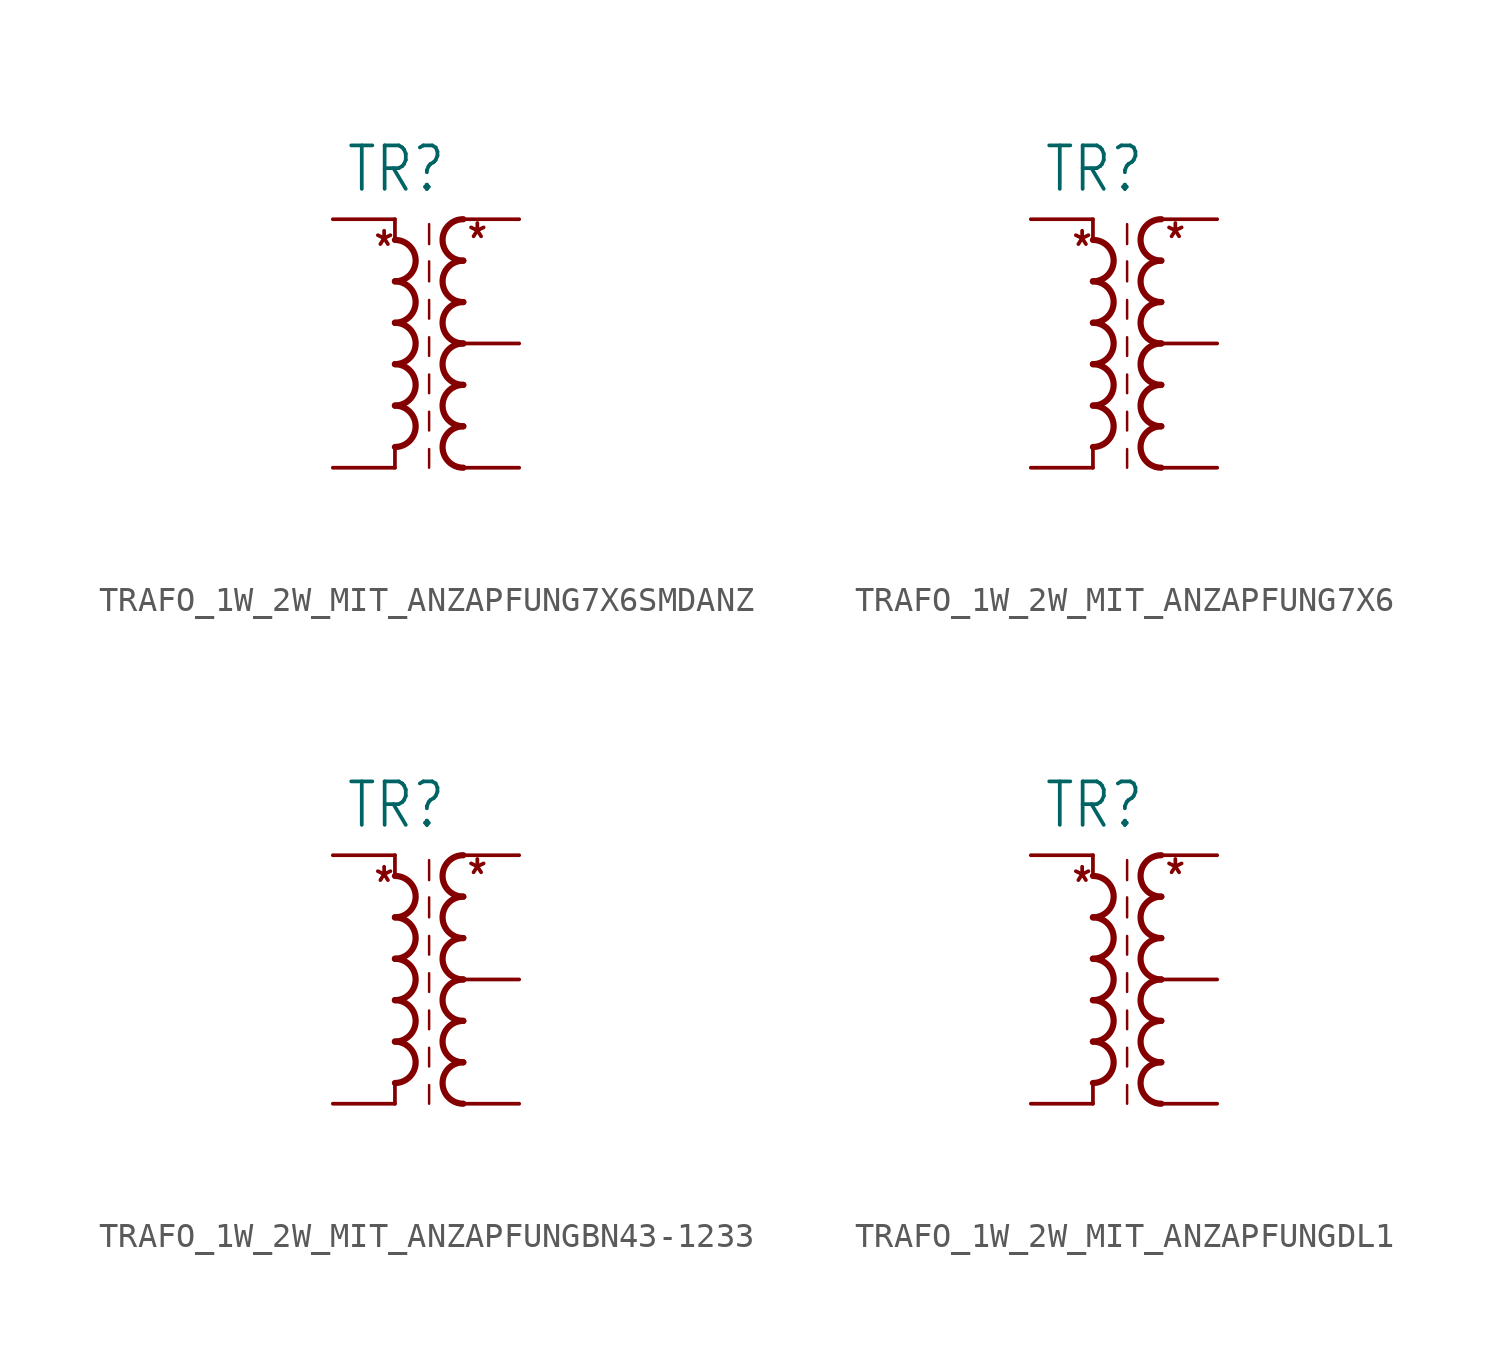
<source format=kicad_sym>
(kicad_symbol_lib
  (version 20231120)
  (generator "kicad_symbol_editor")
  (generator_version "8.0")
  (symbol "TRAFO_1W_2W_MIT_ANZAPFUNG7X6SMDANZ"
    (property "Reference" "TR"
      (at -4.572 6.096 0)
      (effects (font (size 1.778 1.511)) (justify left bottom)))
    (property "Value" ""
      (at -4.572 -7.874 0)
      (effects (font (size 1.778 1.511)) (justify left bottom)))
    (property "ki_locked" ""
      (at 0 0 0)
      (effects (font (size 1.27 1.27))))
    (symbol "TRAFO_1W_2W_MIT_ANZAPFUNG7X6SMDANZ_1_0"
      (arc (start -2.54 -4.2334) (mid -1.6933 -3.3867) (end -2.54 -2.54) (stroke (width 0.254) (type solid)) (fill (type none)))
      (arc (start -2.54 -2.54) (mid -1.6933 -1.6933) (end -2.54 -0.8466) (stroke (width 0.254) (type solid)) (fill (type none)))
      (arc (start -2.54 -0.8466) (mid -1.6934 0) (end -2.54 0.8466) (stroke (width 0.254) (type solid)) (fill (type none)))
      (arc (start -2.54 0.8466) (mid -1.6933 1.6933) (end -2.54 2.54) (stroke (width 0.254) (type solid)) (fill (type none)))
      (arc (start -2.54 2.54) (mid -1.6933 3.3867) (end -2.54 4.2334) (stroke (width 0.254) (type solid)) (fill (type none)))
      (polyline (pts (xy -2.54 -4.318) (xy -2.54 -5.08)) (stroke (width 0.152) (type solid)) (fill (type none)))
      (polyline (pts (xy -2.54 5.08) (xy -2.54 4.318)) (stroke (width 0.152) (type solid)) (fill (type none)))
      (polyline (pts (xy -1.143 -5.08) (xy -1.143 -4.318)) (stroke (width 0.102) (type solid)) (fill (type none)))
      (polyline (pts (xy -1.143 -3.556) (xy -1.143 -2.794)) (stroke (width 0.102) (type solid)) (fill (type none)))
      (polyline (pts (xy -1.143 -2.032) (xy -1.143 -1.27)) (stroke (width 0.102) (type solid)) (fill (type none)))
      (polyline (pts (xy -1.143 -0.508) (xy -1.143 0.254)) (stroke (width 0.102) (type solid)) (fill (type none)))
      (polyline (pts (xy -1.143 1.016) (xy -1.143 1.778)) (stroke (width 0.102) (type solid)) (fill (type none)))
      (polyline (pts (xy -1.143 2.54) (xy -1.143 3.356)) (stroke (width 0.102) (type solid)) (fill (type none)))
      (polyline (pts (xy -1.143 4.064) (xy -1.143 4.88)) (stroke (width 0.102) (type solid)) (fill (type none)))
      (arc (start 0.254 -3.3866) (mid -0.5927 -4.2333) (end 0.254 -5.08) (stroke (width 0.254) (type solid)) (fill (type none)))
      (arc (start 0.254 -1.6934) (mid -0.5926 -2.54) (end 0.254 -3.3866) (stroke (width 0.254) (type solid)) (fill (type none)))
      (arc (start 0.254 0) (mid -0.5927 -0.8467) (end 0.254 -1.6934) (stroke (width 0.254) (type solid)) (fill (type none)))
      (arc (start 0.254 1.6934) (mid -0.5927 0.8467) (end 0.254 0) (stroke (width 0.254) (type solid)) (fill (type none)))
      (arc (start 0.254 3.3866) (mid -0.5927 2.5399) (end 0.254 1.6932) (stroke (width 0.254) (type solid)) (fill (type none)))
      (arc (start 0.254 5.08) (mid -0.5927 4.2333) (end 0.254 3.3866) (stroke (width 0.254) (type solid)) (fill (type none)))
      (text "*" (at -3.493 3.175 0) (effects (font (size 1.27 1.079)) (justify left bottom)))
      (text "*" (at 0.318 3.493 0) (effects (font (size 1.27 1.079)) (justify left bottom)))
      (pin passive line (at -5.08 5.08 0) (length 2.54) (name "P1" (effects (font (size 0 0)))) (number "P1" (effects (font (size 0 0)))))
      (pin passive line (at -5.08 -5.08 0) (length 2.54) (name "P2" (effects (font (size 0 0)))) (number "P2" (effects (font (size 0 0)))))
      (pin passive line (at 2.54 5.08 180) (length 2.54) (name "S1" (effects (font (size 0 0)))) (number "S1" (effects (font (size 0 0)))))
      (pin passive line (at 2.54 -5.08 180) (length 2.54) (name "S2" (effects (font (size 0 0)))) (number "S2" (effects (font (size 0 0)))))
      (pin passive line (at 2.54 0 180) (length 2.54) (name "SM" (effects (font (size 0 0)))) (number "SM" (effects (font (size 0 0)))))))
  (symbol "TRAFO_1W_2W_MIT_ANZAPFUNG7X6"
    (property "Reference" "TR"
      (at -4.572 6.096 0)
      (effects (font (size 1.778 1.511)) (justify left bottom)))
    (property "Value" ""
      (at -4.572 -7.874 0)
      (effects (font (size 1.778 1.511)) (justify left bottom)))
    (property "ki_locked" ""
      (at 0 0 0)
      (effects (font (size 1.27 1.27))))
    (symbol "TRAFO_1W_2W_MIT_ANZAPFUNG7X6_1_0"
      (arc (start -2.54 -4.2334) (mid -1.6933 -3.3867) (end -2.54 -2.54) (stroke (width 0.254) (type solid)) (fill (type none)))
      (arc (start -2.54 -2.54) (mid -1.6933 -1.6933) (end -2.54 -0.8466) (stroke (width 0.254) (type solid)) (fill (type none)))
      (arc (start -2.54 -0.8466) (mid -1.6934 0) (end -2.54 0.8466) (stroke (width 0.254) (type solid)) (fill (type none)))
      (arc (start -2.54 0.8466) (mid -1.6933 1.6933) (end -2.54 2.54) (stroke (width 0.254) (type solid)) (fill (type none)))
      (arc (start -2.54 2.54) (mid -1.6933 3.3867) (end -2.54 4.2334) (stroke (width 0.254) (type solid)) (fill (type none)))
      (polyline (pts (xy -2.54 -4.318) (xy -2.54 -5.08)) (stroke (width 0.152) (type solid)) (fill (type none)))
      (polyline (pts (xy -2.54 5.08) (xy -2.54 4.318)) (stroke (width 0.152) (type solid)) (fill (type none)))
      (polyline (pts (xy -1.143 -5.08) (xy -1.143 -4.318)) (stroke (width 0.102) (type solid)) (fill (type none)))
      (polyline (pts (xy -1.143 -3.556) (xy -1.143 -2.794)) (stroke (width 0.102) (type solid)) (fill (type none)))
      (polyline (pts (xy -1.143 -2.032) (xy -1.143 -1.27)) (stroke (width 0.102) (type solid)) (fill (type none)))
      (polyline (pts (xy -1.143 -0.508) (xy -1.143 0.254)) (stroke (width 0.102) (type solid)) (fill (type none)))
      (polyline (pts (xy -1.143 1.016) (xy -1.143 1.778)) (stroke (width 0.102) (type solid)) (fill (type none)))
      (polyline (pts (xy -1.143 2.54) (xy -1.143 3.356)) (stroke (width 0.102) (type solid)) (fill (type none)))
      (polyline (pts (xy -1.143 4.064) (xy -1.143 4.88)) (stroke (width 0.102) (type solid)) (fill (type none)))
      (arc (start 0.254 -3.3866) (mid -0.5927 -4.2333) (end 0.254 -5.08) (stroke (width 0.254) (type solid)) (fill (type none)))
      (arc (start 0.254 -1.6934) (mid -0.5926 -2.54) (end 0.254 -3.3866) (stroke (width 0.254) (type solid)) (fill (type none)))
      (arc (start 0.254 0) (mid -0.5927 -0.8467) (end 0.254 -1.6934) (stroke (width 0.254) (type solid)) (fill (type none)))
      (arc (start 0.254 1.6934) (mid -0.5927 0.8467) (end 0.254 0) (stroke (width 0.254) (type solid)) (fill (type none)))
      (arc (start 0.254 3.3866) (mid -0.5927 2.5399) (end 0.254 1.6932) (stroke (width 0.254) (type solid)) (fill (type none)))
      (arc (start 0.254 5.08) (mid -0.5927 4.2333) (end 0.254 3.3866) (stroke (width 0.254) (type solid)) (fill (type none)))
      (text "*" (at -3.493 3.175 0) (effects (font (size 1.27 1.079)) (justify left bottom)))
      (text "*" (at 0.318 3.493 0) (effects (font (size 1.27 1.079)) (justify left bottom)))
      (pin passive line (at -5.08 5.08 0) (length 2.54) (name "P1" (effects (font (size 0 0)))) (number "P1" (effects (font (size 0 0)))))
      (pin passive line (at -5.08 -5.08 0) (length 2.54) (name "P2" (effects (font (size 0 0)))) (number "P2" (effects (font (size 0 0)))))
      (pin passive line (at 2.54 5.08 180) (length 2.54) (name "S1" (effects (font (size 0 0)))) (number "S1" (effects (font (size 0 0)))))
      (pin passive line (at 2.54 -5.08 180) (length 2.54) (name "S2" (effects (font (size 0 0)))) (number "S2" (effects (font (size 0 0)))))
      (pin passive line (at 2.54 0 180) (length 2.54) (name "SM" (effects (font (size 0 0)))) (number "SM" (effects (font (size 0 0)))))))
  (symbol "TRAFO_1W_2W_MIT_ANZAPFUNGBN43-1233"
    (property "Reference" "TR"
      (at -4.572 6.096 0)
      (effects (font (size 1.778 1.511)) (justify left bottom)))
    (property "Value" ""
      (at -4.572 -7.874 0)
      (effects (font (size 1.778 1.511)) (justify left bottom)))
    (property "ki_locked" ""
      (at 0 0 0)
      (effects (font (size 1.27 1.27))))
    (symbol "TRAFO_1W_2W_MIT_ANZAPFUNGBN43-1233_1_0"
      (arc (start -2.54 -4.2334) (mid -1.6933 -3.3867) (end -2.54 -2.54) (stroke (width 0.254) (type solid)) (fill (type none)))
      (arc (start -2.54 -2.54) (mid -1.6933 -1.6933) (end -2.54 -0.8466) (stroke (width 0.254) (type solid)) (fill (type none)))
      (arc (start -2.54 -0.8466) (mid -1.6934 0) (end -2.54 0.8466) (stroke (width 0.254) (type solid)) (fill (type none)))
      (arc (start -2.54 0.8466) (mid -1.6933 1.6933) (end -2.54 2.54) (stroke (width 0.254) (type solid)) (fill (type none)))
      (arc (start -2.54 2.54) (mid -1.6933 3.3867) (end -2.54 4.2334) (stroke (width 0.254) (type solid)) (fill (type none)))
      (polyline (pts (xy -2.54 -4.318) (xy -2.54 -5.08)) (stroke (width 0.152) (type solid)) (fill (type none)))
      (polyline (pts (xy -2.54 5.08) (xy -2.54 4.318)) (stroke (width 0.152) (type solid)) (fill (type none)))
      (polyline (pts (xy -1.143 -5.08) (xy -1.143 -4.318)) (stroke (width 0.102) (type solid)) (fill (type none)))
      (polyline (pts (xy -1.143 -3.556) (xy -1.143 -2.794)) (stroke (width 0.102) (type solid)) (fill (type none)))
      (polyline (pts (xy -1.143 -2.032) (xy -1.143 -1.27)) (stroke (width 0.102) (type solid)) (fill (type none)))
      (polyline (pts (xy -1.143 -0.508) (xy -1.143 0.254)) (stroke (width 0.102) (type solid)) (fill (type none)))
      (polyline (pts (xy -1.143 1.016) (xy -1.143 1.778)) (stroke (width 0.102) (type solid)) (fill (type none)))
      (polyline (pts (xy -1.143 2.54) (xy -1.143 3.356)) (stroke (width 0.102) (type solid)) (fill (type none)))
      (polyline (pts (xy -1.143 4.064) (xy -1.143 4.88)) (stroke (width 0.102) (type solid)) (fill (type none)))
      (arc (start 0.254 -3.3866) (mid -0.5927 -4.2333) (end 0.254 -5.08) (stroke (width 0.254) (type solid)) (fill (type none)))
      (arc (start 0.254 -1.6934) (mid -0.5926 -2.54) (end 0.254 -3.3866) (stroke (width 0.254) (type solid)) (fill (type none)))
      (arc (start 0.254 0) (mid -0.5927 -0.8467) (end 0.254 -1.6934) (stroke (width 0.254) (type solid)) (fill (type none)))
      (arc (start 0.254 1.6934) (mid -0.5927 0.8467) (end 0.254 0) (stroke (width 0.254) (type solid)) (fill (type none)))
      (arc (start 0.254 3.3866) (mid -0.5927 2.5399) (end 0.254 1.6932) (stroke (width 0.254) (type solid)) (fill (type none)))
      (arc (start 0.254 5.08) (mid -0.5927 4.2333) (end 0.254 3.3866) (stroke (width 0.254) (type solid)) (fill (type none)))
      (text "*" (at -3.493 3.175 0) (effects (font (size 1.27 1.079)) (justify left bottom)))
      (text "*" (at 0.318 3.493 0) (effects (font (size 1.27 1.079)) (justify left bottom)))
      (pin passive line (at -5.08 5.08 0) (length 2.54) (name "P1" (effects (font (size 0 0)))) (number "P1" (effects (font (size 0 0)))))
      (pin passive line (at -5.08 -5.08 0) (length 2.54) (name "P2" (effects (font (size 0 0)))) (number "P2" (effects (font (size 0 0)))))
      (pin passive line (at 2.54 5.08 180) (length 2.54) (name "S1" (effects (font (size 0 0)))) (number "S1" (effects (font (size 0 0)))))
      (pin passive line (at 2.54 -5.08 180) (length 2.54) (name "S2" (effects (font (size 0 0)))) (number "S2" (effects (font (size 0 0)))))
      (pin passive line (at 2.54 0 180) (length 2.54) (name "SM" (effects (font (size 0 0)))) (number "SM" (effects (font (size 0 0)))))))
  (symbol "TRAFO_1W_2W_MIT_ANZAPFUNGDL1"
    (property "Reference" "TR"
      (at -4.572 6.096 0)
      (effects (font (size 1.778 1.511)) (justify left bottom)))
    (property "Value" ""
      (at -4.572 -7.874 0)
      (effects (font (size 1.778 1.511)) (justify left bottom)))
    (property "ki_locked" ""
      (at 0 0 0)
      (effects (font (size 1.27 1.27))))
    (symbol "TRAFO_1W_2W_MIT_ANZAPFUNGDL1_1_0"
      (arc (start -2.54 -4.2334) (mid -1.6933 -3.3867) (end -2.54 -2.54) (stroke (width 0.254) (type solid)) (fill (type none)))
      (arc (start -2.54 -2.54) (mid -1.6933 -1.6933) (end -2.54 -0.8466) (stroke (width 0.254) (type solid)) (fill (type none)))
      (arc (start -2.54 -0.8466) (mid -1.6934 0) (end -2.54 0.8466) (stroke (width 0.254) (type solid)) (fill (type none)))
      (arc (start -2.54 0.8466) (mid -1.6933 1.6933) (end -2.54 2.54) (stroke (width 0.254) (type solid)) (fill (type none)))
      (arc (start -2.54 2.54) (mid -1.6933 3.3867) (end -2.54 4.2334) (stroke (width 0.254) (type solid)) (fill (type none)))
      (polyline (pts (xy -2.54 -4.318) (xy -2.54 -5.08)) (stroke (width 0.152) (type solid)) (fill (type none)))
      (polyline (pts (xy -2.54 5.08) (xy -2.54 4.318)) (stroke (width 0.152) (type solid)) (fill (type none)))
      (polyline (pts (xy -1.143 -5.08) (xy -1.143 -4.318)) (stroke (width 0.102) (type solid)) (fill (type none)))
      (polyline (pts (xy -1.143 -3.556) (xy -1.143 -2.794)) (stroke (width 0.102) (type solid)) (fill (type none)))
      (polyline (pts (xy -1.143 -2.032) (xy -1.143 -1.27)) (stroke (width 0.102) (type solid)) (fill (type none)))
      (polyline (pts (xy -1.143 -0.508) (xy -1.143 0.254)) (stroke (width 0.102) (type solid)) (fill (type none)))
      (polyline (pts (xy -1.143 1.016) (xy -1.143 1.778)) (stroke (width 0.102) (type solid)) (fill (type none)))
      (polyline (pts (xy -1.143 2.54) (xy -1.143 3.356)) (stroke (width 0.102) (type solid)) (fill (type none)))
      (polyline (pts (xy -1.143 4.064) (xy -1.143 4.88)) (stroke (width 0.102) (type solid)) (fill (type none)))
      (arc (start 0.254 -3.3866) (mid -0.5927 -4.2333) (end 0.254 -5.08) (stroke (width 0.254) (type solid)) (fill (type none)))
      (arc (start 0.254 -1.6934) (mid -0.5926 -2.54) (end 0.254 -3.3866) (stroke (width 0.254) (type solid)) (fill (type none)))
      (arc (start 0.254 0) (mid -0.5927 -0.8467) (end 0.254 -1.6934) (stroke (width 0.254) (type solid)) (fill (type none)))
      (arc (start 0.254 1.6934) (mid -0.5927 0.8467) (end 0.254 0) (stroke (width 0.254) (type solid)) (fill (type none)))
      (arc (start 0.254 3.3866) (mid -0.5927 2.5399) (end 0.254 1.6932) (stroke (width 0.254) (type solid)) (fill (type none)))
      (arc (start 0.254 5.08) (mid -0.5927 4.2333) (end 0.254 3.3866) (stroke (width 0.254) (type solid)) (fill (type none)))
      (text "*" (at -3.493 3.175 0) (effects (font (size 1.27 1.079)) (justify left bottom)))
      (text "*" (at 0.318 3.493 0) (effects (font (size 1.27 1.079)) (justify left bottom)))
      (pin passive line (at -5.08 5.08 0) (length 2.54) (name "P1" (effects (font (size 0 0)))) (number "P1" (effects (font (size 0 0)))))
      (pin passive line (at -5.08 -5.08 0) (length 2.54) (name "P2" (effects (font (size 0 0)))) (number "P2" (effects (font (size 0 0)))))
      (pin passive line (at 2.54 5.08 180) (length 2.54) (name "S1" (effects (font (size 0 0)))) (number "S1" (effects (font (size 0 0)))))
      (pin passive line (at 2.54 -5.08 180) (length 2.54) (name "S2" (effects (font (size 0 0)))) (number "S2" (effects (font (size 0 0)))))
      (pin passive line (at 2.54 0 180) (length 2.54) (name "SM" (effects (font (size 0 0)))) (number "SM" (effects (font (size 0 0))))))))
</source>
